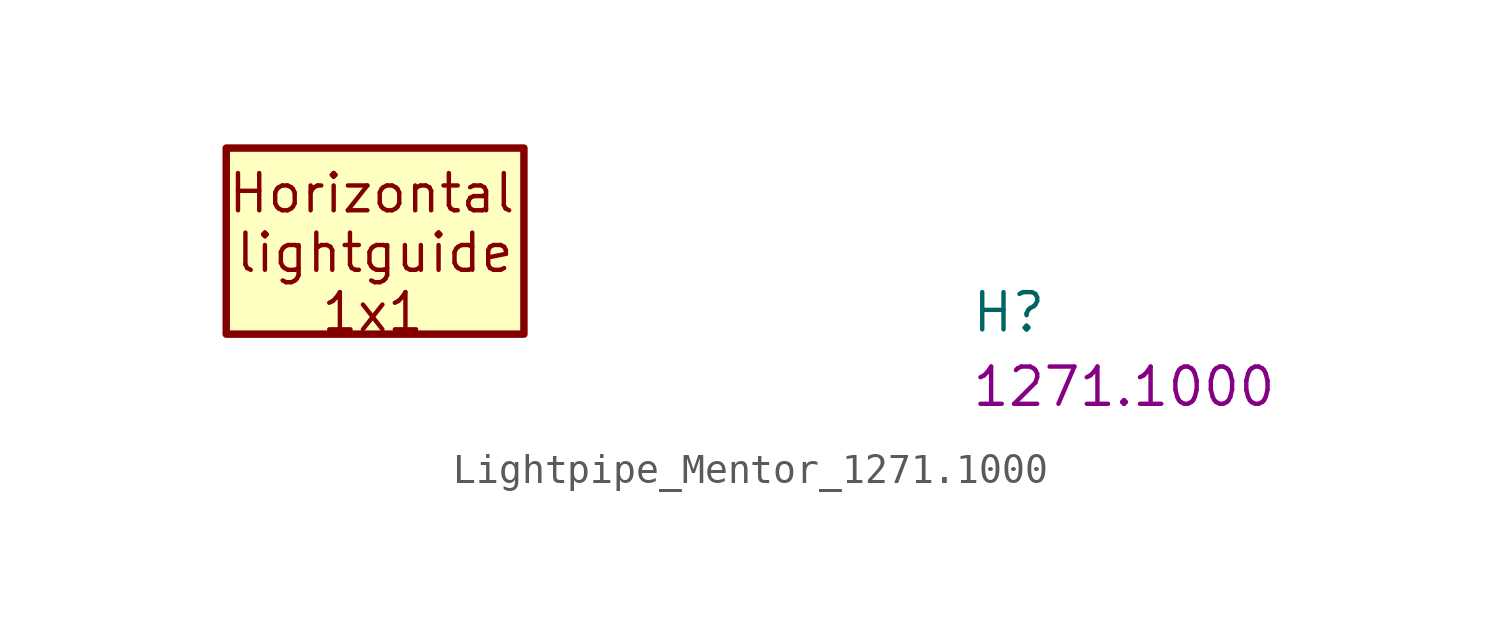
<source format=kicad_sym>
(kicad_symbol_lib
  (version 20220914)
  (generator kicad_symbol_editor)
  (symbol "Lightpipe_Mentor_1271.1000"
    (pin_names hide)
    (property "Reference" "H"
      (at 20.32 -2.54 0)
      (effects (font (size 1.27 1.27) (thickness 0.15)) (justify left bottom)))
    (property "MPN" "1271.1000"
      (at 20.32 -5.08 0)
      (effects (font (size 1.27 1.27) (thickness 0.15)) (justify left bottom)))
    (symbol "Lightpipe_Mentor_1271.1000_1_1"
      (rectangle (start 5.08 -2.54) (end -5.08 3.81) (stroke (width 0.254) (type default)) (fill (type background)))
      (text "1x1" (at -1.905 -2.54 0) (effects (font (size 1.27 1.27) (thickness 0.15)) (justify left bottom)))
      (text "Horizontal" (at -5.08 1.524 0) (effects (font (size 1.27 1.27) (thickness 0.15)) (justify left bottom)))
      (text "lightguide" (at -4.826 -0.508 0) (effects (font (size 1.27 1.27) (thickness 0.15)) (justify left bottom))))))
</source>
